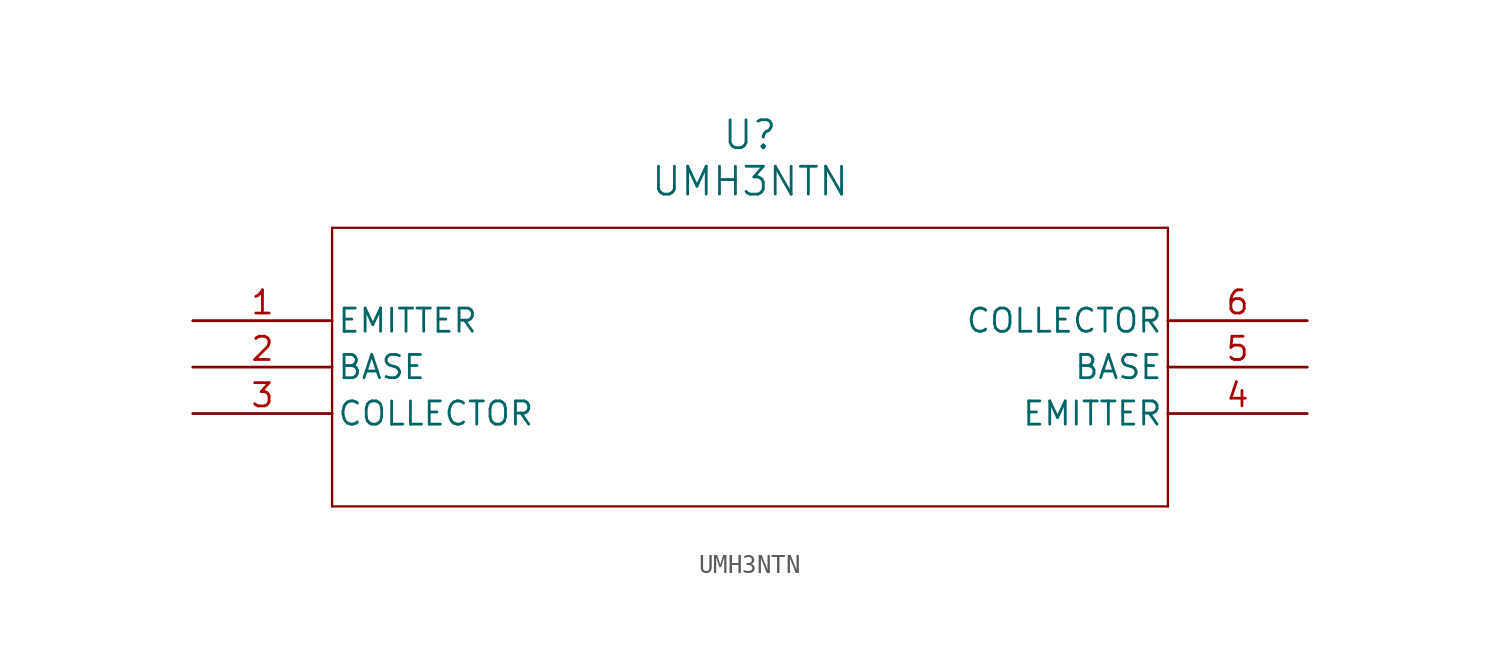
<source format=kicad_sym>
(kicad_symbol_lib
  (version 20211014)
  (generator kicad_symbol_editor)
  (symbol "UMH3NTN"
    (pin_names
      (offset 0.254))
    (property "Reference" "U"
      (at 30.48 10.16 0)
      (effects (font (size 1.524 1.524))))
    (property "Value" "UMH3NTN"
      (at 30.48 7.62 0)
      (effects (font (size 1.524 1.524))))
    (symbol "UMH3NTN_0_1"
      (polyline (pts (xy 7.62 5.08) (xy 7.62 -10.16)) (stroke (width 0.127) (type default) (color 0 0 0 0)) (fill (type none)))
      (polyline (pts (xy 7.62 -10.16) (xy 53.34 -10.16)) (stroke (width 0.127) (type default) (color 0 0 0 0)) (fill (type none)))
      (polyline (pts (xy 53.34 -10.16) (xy 53.34 5.08)) (stroke (width 0.127) (type default) (color 0 0 0 0)) (fill (type none)))
      (polyline (pts (xy 53.34 5.08) (xy 7.62 5.08)) (stroke (width 0.127) (type default) (color 0 0 0 0)) (fill (type none)))
      (pin unspecified line (at 0 0 0) (length 7.62) (name "EMITTER" (effects (font (size 1.27 1.27)))) (number "1" (effects (font (size 1.27 1.27)))))
      (pin unspecified line (at 0 -2.54 0) (length 7.62) (name "BASE" (effects (font (size 1.27 1.27)))) (number "2" (effects (font (size 1.27 1.27)))))
      (pin unspecified line (at 0 -5.08 0) (length 7.62) (name "COLLECTOR" (effects (font (size 1.27 1.27)))) (number "3" (effects (font (size 1.27 1.27)))))
      (pin unspecified line (at 60.96 -5.08 180) (length 7.62) (name "EMITTER" (effects (font (size 1.27 1.27)))) (number "4" (effects (font (size 1.27 1.27)))))
      (pin unspecified line (at 60.96 -2.54 180) (length 7.62) (name "BASE" (effects (font (size 1.27 1.27)))) (number "5" (effects (font (size 1.27 1.27)))))
      (pin unspecified line (at 60.96 0 180) (length 7.62) (name "COLLECTOR" (effects (font (size 1.27 1.27)))) (number "6" (effects (font (size 1.27 1.27))))))))
</source>
